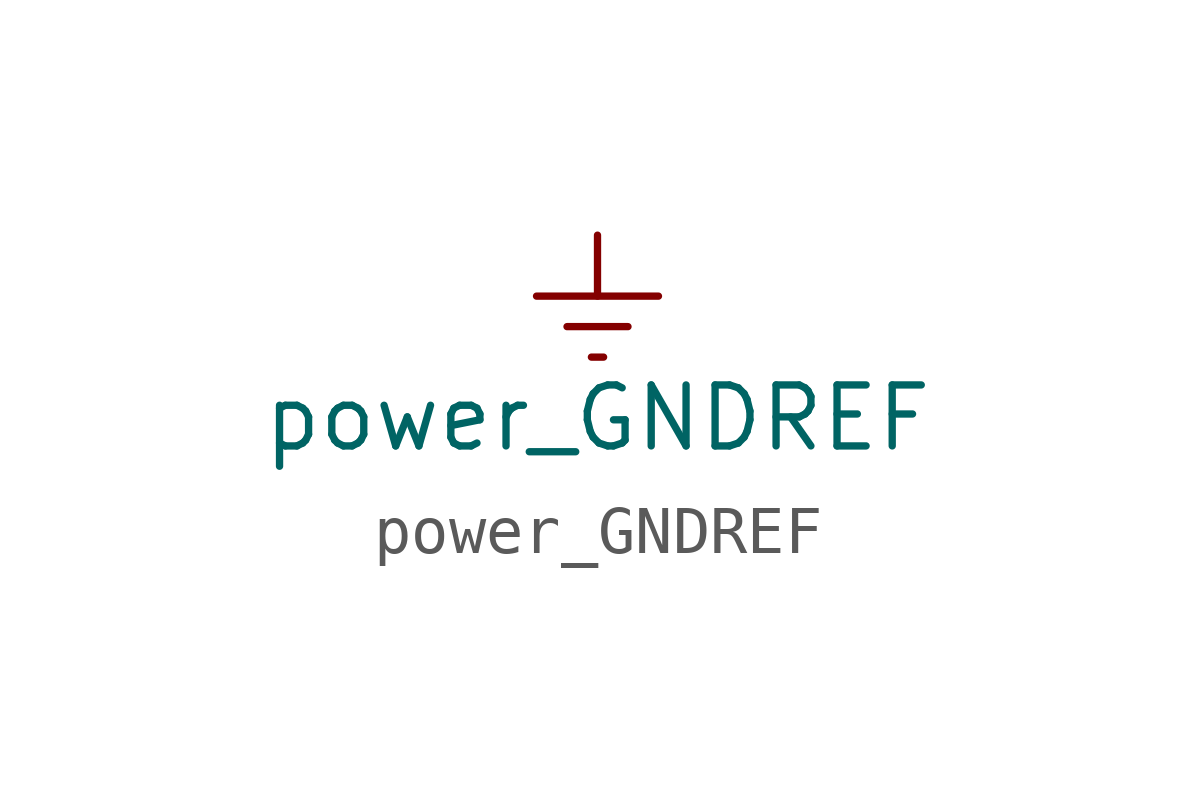
<source format=kicad_sym>
(kicad_symbol_lib
  (version 20211014)
  (generator kicad_symbol_editor)
  (symbol "power_GNDREF"
    (power)
    (pin_names
      (offset 0))
    (property "Reference" "#PWR"
      (at 0 -6.35 0)
      (effects (font (size 1.27 1.27)) hide))
    (property "Value" "power_GNDREF"
      (at 0 -3.81 0)
      (effects (font (size 1.27 1.27))))
    (symbol "power_GNDREF_0_1"
      (polyline (pts (xy -0.635 -1.905) (xy 0.635 -1.905)) (stroke (width 0) (type default) (color 0 0 0 0)) (fill (type none)))
      (polyline (pts (xy -0.127 -2.54) (xy 0.127 -2.54)) (stroke (width 0) (type default) (color 0 0 0 0)) (fill (type none)))
      (polyline (pts (xy 0 -1.27) (xy 0 0)) (stroke (width 0) (type default) (color 0 0 0 0)) (fill (type none)))
      (polyline (pts (xy 1.27 -1.27) (xy -1.27 -1.27)) (stroke (width 0) (type default) (color 0 0 0 0)) (fill (type none))))
    (symbol "power_GNDREF_1_1"
      (pin power_in line (at 0 0 270) (length 0) hide (name "GNDREF" (effects (font (size 1.27 1.27)))) (number "1" (effects (font (size 1.27 1.27))))))))
</source>
